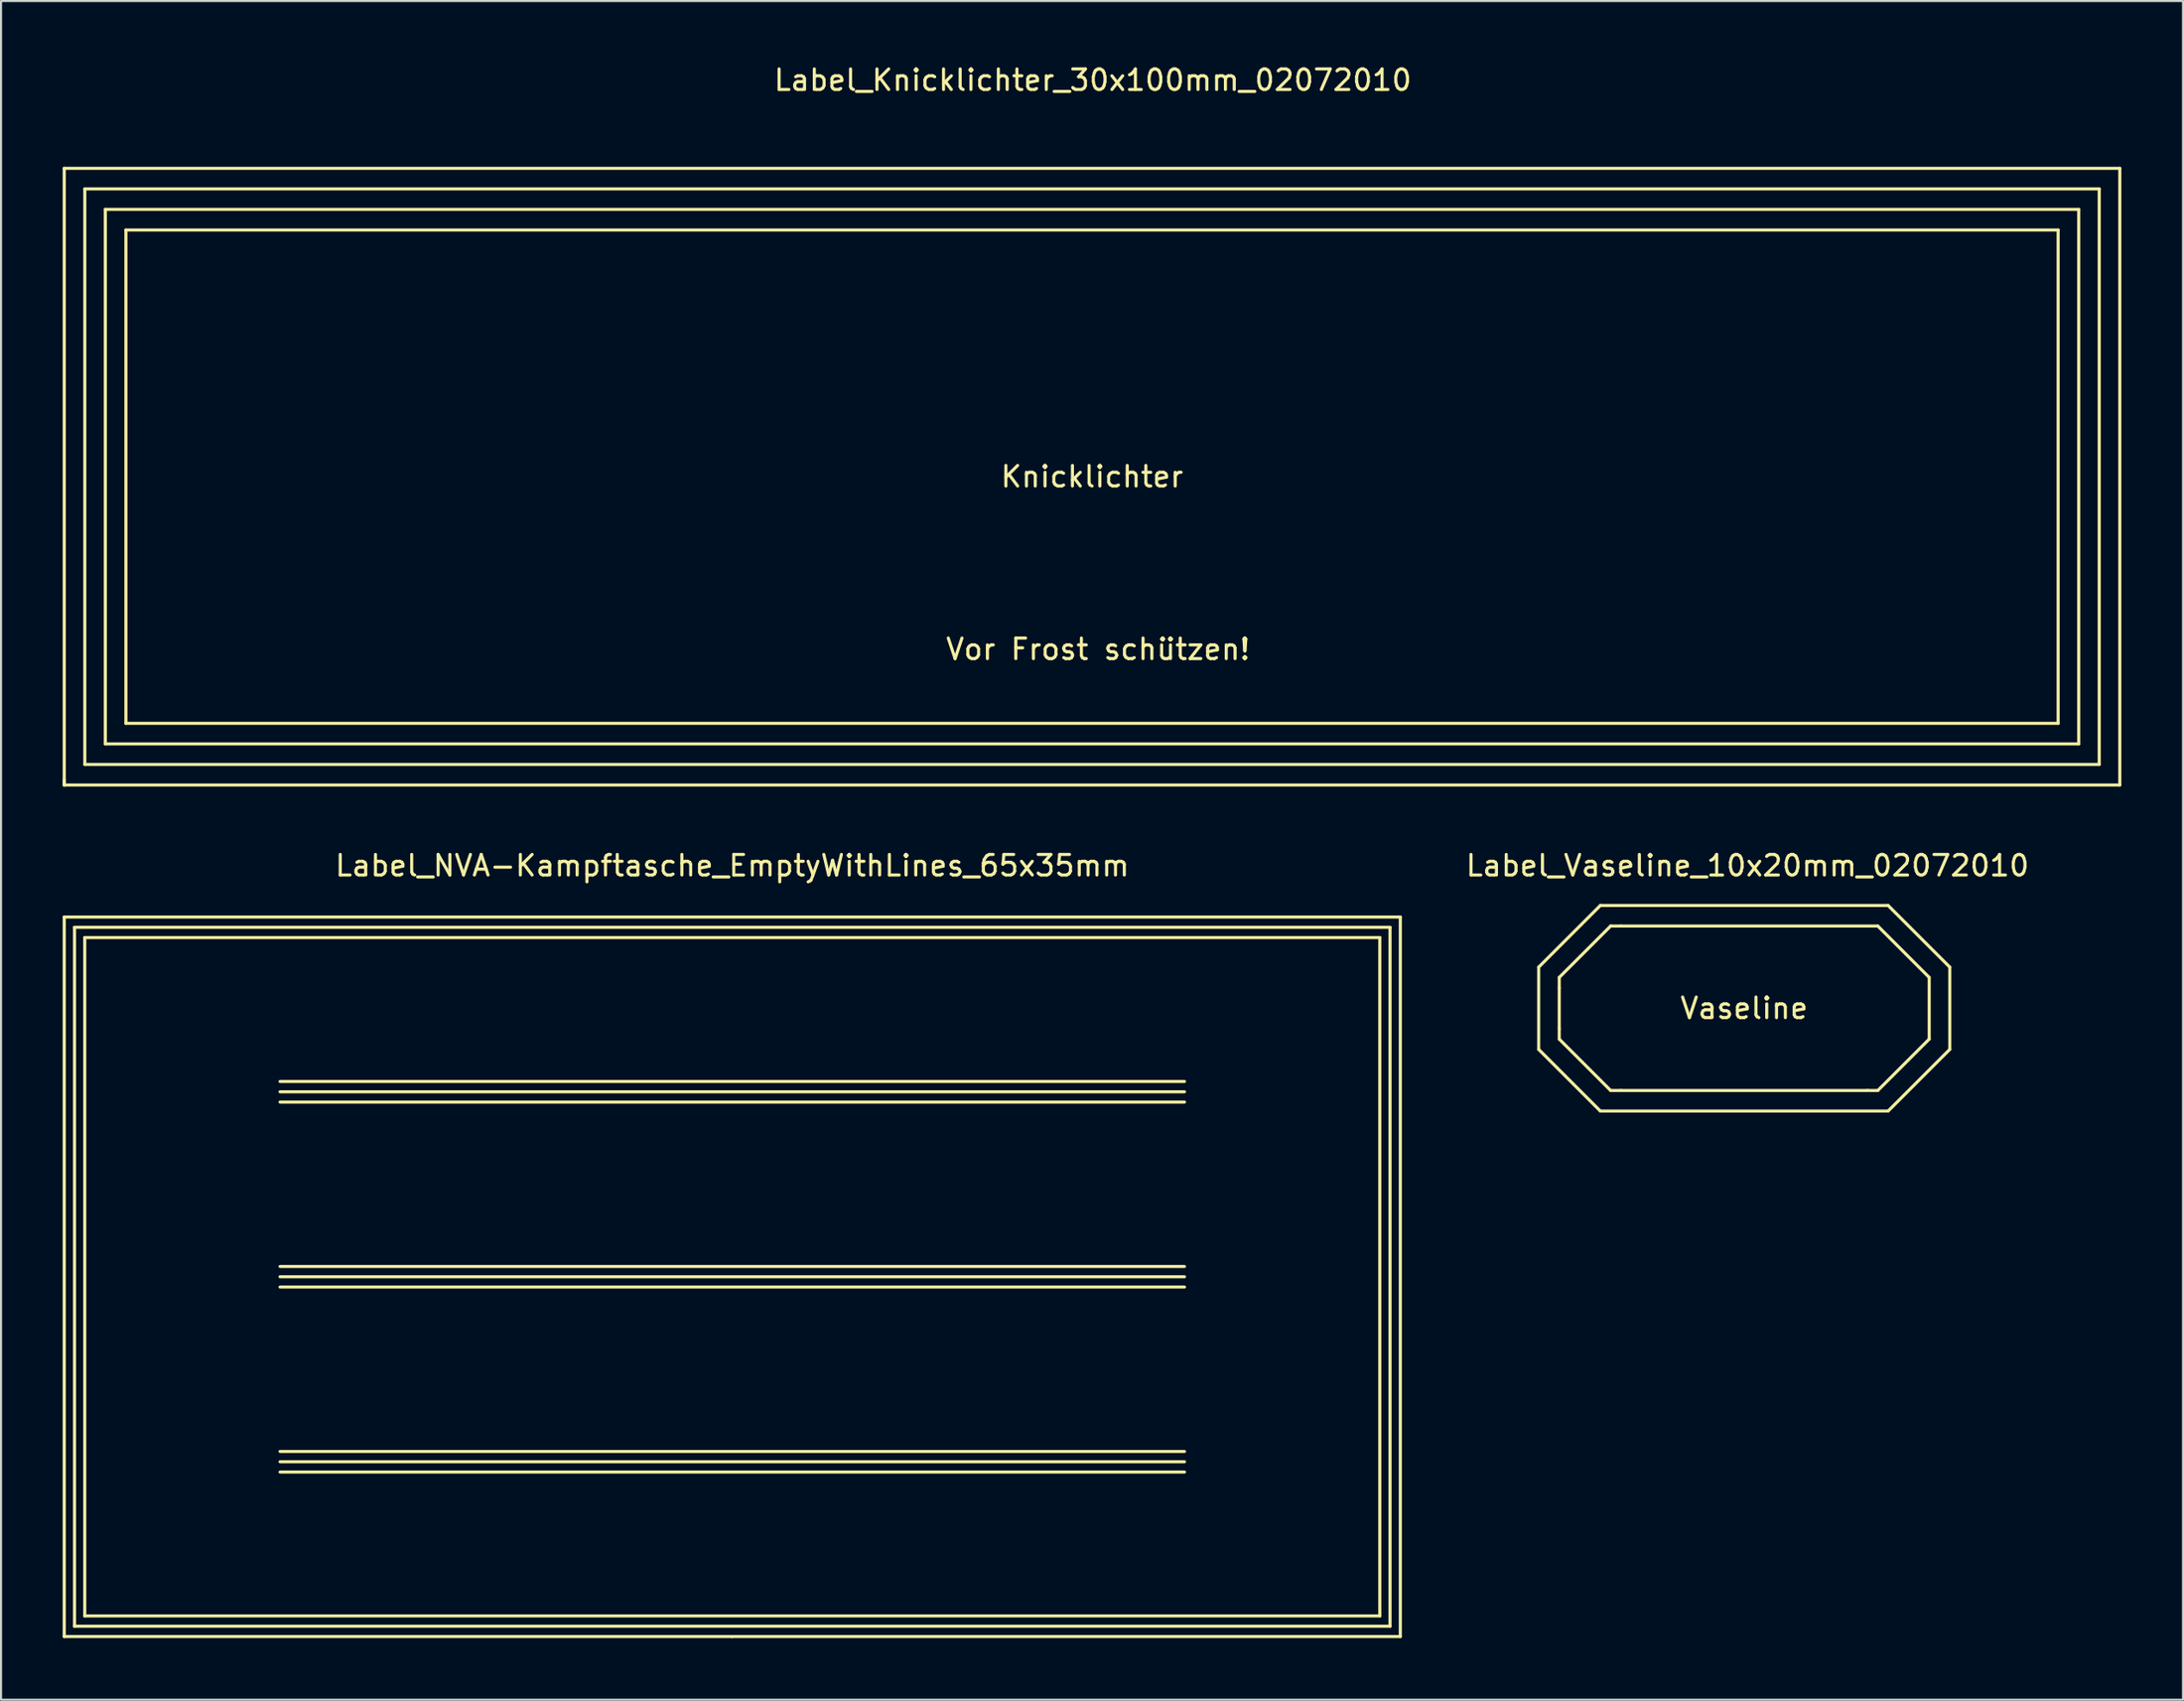
<source format=kicad_pcb>
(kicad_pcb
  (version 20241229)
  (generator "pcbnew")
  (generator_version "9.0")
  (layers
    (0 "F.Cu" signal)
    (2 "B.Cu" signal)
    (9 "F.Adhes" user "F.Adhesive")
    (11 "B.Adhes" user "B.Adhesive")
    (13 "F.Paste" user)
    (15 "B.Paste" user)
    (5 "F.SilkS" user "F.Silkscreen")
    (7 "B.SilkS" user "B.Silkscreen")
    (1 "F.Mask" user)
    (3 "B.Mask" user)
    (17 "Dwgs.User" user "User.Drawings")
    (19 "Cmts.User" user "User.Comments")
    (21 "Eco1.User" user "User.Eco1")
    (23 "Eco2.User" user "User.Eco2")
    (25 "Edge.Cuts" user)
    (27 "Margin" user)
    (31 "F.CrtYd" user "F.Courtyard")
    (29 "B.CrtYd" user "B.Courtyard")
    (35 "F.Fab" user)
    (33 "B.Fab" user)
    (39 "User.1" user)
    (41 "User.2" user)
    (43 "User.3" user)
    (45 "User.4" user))
  (footprint "Label_Knicklichter_30x100mm_02072010"
    (layer "F.Cu")
    (at 50.113 20.152)
    (property "Reference" "Label_Knicklichter_30x100mm_02072010" (at 0 -19.304 0) (layer "F.SilkS") (effects (font (size 1 1) (thickness 0.15))))
    (attr through_hole)
    (fp_line (start -50.038 -15.014) (end -50.038 14.986) (stroke (width 0.15) (type solid)) (layer "F.SilkS"))
    (fp_line (start -50.038 14.986) (end -50.038 14.737) (stroke (width 0.15) (type solid)) (layer "F.SilkS"))
    (fp_line (start -50.038 14.986) (end 49.962 14.986) (stroke (width 0.15) (type solid)) (layer "F.SilkS"))
    (fp_line (start -49.037 -14.013) (end -49.037 13.985) (stroke (width 0.15) (type solid)) (layer "F.SilkS"))
    (fp_line (start -49.037 13.985) (end 48.961 13.985) (stroke (width 0.15) (type solid)) (layer "F.SilkS"))
    (fp_line (start -48.039 -13.015) (end -48.039 12.987) (stroke (width 0.15) (type solid)) (layer "F.SilkS"))
    (fp_line (start -48.039 12.987) (end 47.963 12.987) (stroke (width 0.15) (type solid)) (layer "F.SilkS"))
    (fp_line (start -47.038 -12.014) (end -47.038 11.986) (stroke (width 0.15) (type solid)) (layer "F.SilkS"))
    (fp_line (start -47.038 11.986) (end 46.962 11.986) (stroke (width 0.15) (type solid)) (layer "F.SilkS"))
    (fp_line (start 46.962 -12.014) (end -47.038 -12.014) (stroke (width 0.15) (type solid)) (layer "F.SilkS"))
    (fp_line (start 46.962 11.986) (end 46.962 -12.014) (stroke (width 0.15) (type solid)) (layer "F.SilkS"))
    (fp_line (start 47.963 -13.015) (end -48.039 -13.015) (stroke (width 0.15) (type solid)) (layer "F.SilkS"))
    (fp_line (start 47.963 12.987) (end 47.963 -13.015) (stroke (width 0.15) (type solid)) (layer "F.SilkS"))
    (fp_line (start 48.961 -14.013) (end -49.037 -14.013) (stroke (width 0.15) (type solid)) (layer "F.SilkS"))
    (fp_line (start 48.961 13.985) (end 48.961 -14.013) (stroke (width 0.15) (type solid)) (layer "F.SilkS"))
    (fp_line (start 49.962 -15.014) (end -50.038 -15.014) (stroke (width 0.15) (type solid)) (layer "F.SilkS"))
    (fp_line (start 49.962 14.986) (end 49.962 -15.014) (stroke (width 0.15) (type solid)) (layer "F.SilkS"))
    (fp_text user "Knicklichter" (at -0.038 -0.015 0) (layer "F.SilkS") (effects (font (size 1 1) (thickness 0.15))))
    (fp_text user "" (at -0.038 7.986 0) (layer "F.SilkS") (effects (font (size 1 1) (thickness 0.15))))
    (fp_text user "Vor Frost schützen!" (at 0.254 8.382 0) (layer "F.SilkS") (effects (font (size 1 1) (thickness 0.15)))))
  (footprint "Label_NVA-Kampftasche_EmptyWithLines_65x35mm"
    (layer "F.Cu")
    (at 32.574 59.061)
    (property "Reference" "Label_NVA-Kampftasche_EmptyWithLines_65x35mm" (at 0 -20 0) (layer "F.SilkS") (effects (font (size 1 1) (thickness 0.15))))
    (attr through_hole)
    (fp_line (start -32.499 -17.501) (end -32.499 17.501) (stroke (width 0.15) (type solid)) (layer "F.SilkS"))
    (fp_line (start -32.499 17.501) (end 0 17.501) (stroke (width 0.15) (type solid)) (layer "F.SilkS"))
    (fp_line (start -31.999 -17) (end 31.999 -17) (stroke (width 0.15) (type solid)) (layer "F.SilkS"))
    (fp_line (start -31.999 17) (end -31.999 -17) (stroke (width 0.15) (type solid)) (layer "F.SilkS"))
    (fp_line (start -31.501 -16.5) (end 31.501 -16.5) (stroke (width 0.15) (type solid)) (layer "F.SilkS"))
    (fp_line (start -31.501 16.5) (end -31.501 -16.5) (stroke (width 0.15) (type solid)) (layer "F.SilkS"))
    (fp_line (start -21.999 -8.999) (end 21.999 -8.999) (stroke (width 0.15) (type solid)) (layer "F.SilkS"))
    (fp_line (start -21.999 -8.499) (end 21.999 -8.499) (stroke (width 0.15) (type solid)) (layer "F.SilkS"))
    (fp_line (start -21.999 -0.5) (end 21.999 -0.5) (stroke (width 0.15) (type solid)) (layer "F.SilkS"))
    (fp_line (start -21.999 0) (end 21.999 0) (stroke (width 0.15) (type solid)) (layer "F.SilkS"))
    (fp_line (start -21.999 0.5) (end 21.999 0.5) (stroke (width 0.15) (type solid)) (layer "F.SilkS"))
    (fp_line (start -21.999 8.499) (end 21.999 8.499) (stroke (width 0.15) (type solid)) (layer "F.SilkS"))
    (fp_line (start 0 17.501) (end 32.499 17.501) (stroke (width 0.15) (type solid)) (layer "F.SilkS"))
    (fp_line (start 21.999 -9.5) (end -21.999 -9.5) (stroke (width 0.15) (type solid)) (layer "F.SilkS"))
    (fp_line (start 21.999 8.999) (end -21.999 8.999) (stroke (width 0.15) (type solid)) (layer "F.SilkS"))
    (fp_line (start 21.999 9.5) (end -21.999 9.5) (stroke (width 0.15) (type solid)) (layer "F.SilkS"))
    (fp_line (start 31.501 -16.5) (end 31.501 16.5) (stroke (width 0.15) (type solid)) (layer "F.SilkS"))
    (fp_line (start 31.501 16.5) (end -31.501 16.5) (stroke (width 0.15) (type solid)) (layer "F.SilkS"))
    (fp_line (start 31.999 -17) (end 31.999 17) (stroke (width 0.15) (type solid)) (layer "F.SilkS"))
    (fp_line (start 31.999 17) (end -31.999 17) (stroke (width 0.15) (type solid)) (layer "F.SilkS"))
    (fp_line (start 32.499 -17.501) (end -32.499 -17.501) (stroke (width 0.15) (type solid)) (layer "F.SilkS"))
    (fp_line (start 32.499 17.501) (end 32.499 -17.501) (stroke (width 0.15) (type solid)) (layer "F.SilkS")))
  (footprint "Label_Vaseline_10x20mm_02072010"
    (layer "F.Cu")
    (at 81.964 45.919)
    (property "Reference" "Label_Vaseline_10x20mm_02072010" (at 0 -6.858 0) (layer "F.SilkS") (effects (font (size 1 1) (thickness 0.15))))
    (attr through_hole)
    (fp_line (start -10.16 -1.92) (end -10.16 2.08) (stroke (width 0.15) (type solid)) (layer "F.SilkS"))
    (fp_line (start -10.16 -1.92) (end -7.16 -4.92) (stroke (width 0.15) (type solid)) (layer "F.SilkS"))
    (fp_line (start -10.16 2.08) (end -7.16 5.08) (stroke (width 0.15) (type solid)) (layer "F.SilkS"))
    (fp_line (start -9.159 -1.42) (end -6.66 -3.919) (stroke (width 0.15) (type solid)) (layer "F.SilkS"))
    (fp_line (start -9.159 -0.919) (end -9.159 -1.42) (stroke (width 0.15) (type solid)) (layer "F.SilkS"))
    (fp_line (start -9.159 -0.919) (end -9.159 1.079) (stroke (width 0.15) (type solid)) (layer "F.SilkS"))
    (fp_line (start -9.159 1.079) (end -9.159 1.58) (stroke (width 0.15) (type solid)) (layer "F.SilkS"))
    (fp_line (start -9.159 1.58) (end -6.66 4.079) (stroke (width 0.15) (type solid)) (layer "F.SilkS"))
    (fp_line (start -7.16 -4.92) (end 6.84 -4.92) (stroke (width 0.15) (type solid)) (layer "F.SilkS"))
    (fp_line (start -6.66 -3.919) (end -6.16 -3.919) (stroke (width 0.15) (type solid)) (layer "F.SilkS"))
    (fp_line (start -6.66 4.079) (end -6.16 4.079) (stroke (width 0.15) (type solid)) (layer "F.SilkS"))
    (fp_line (start -6.16 4.079) (end 5.839 4.079) (stroke (width 0.15) (type solid)) (layer "F.SilkS"))
    (fp_line (start 6.34 -3.919) (end -6.16 -3.919) (stroke (width 0.15) (type solid)) (layer "F.SilkS"))
    (fp_line (start 6.34 4.079) (end 5.839 4.079) (stroke (width 0.15) (type solid)) (layer "F.SilkS"))
    (fp_line (start 6.84 5.08) (end -7.16 5.08) (stroke (width 0.15) (type solid)) (layer "F.SilkS"))
    (fp_line (start 6.84 5.08) (end 9.84 2.08) (stroke (width 0.15) (type solid)) (layer "F.SilkS"))
    (fp_line (start 8.839 -1.42) (end 6.34 -3.919) (stroke (width 0.15) (type solid)) (layer "F.SilkS"))
    (fp_line (start 8.839 -1.42) (end 8.839 1.58) (stroke (width 0.15) (type solid)) (layer "F.SilkS"))
    (fp_line (start 8.839 1.58) (end 6.34 4.079) (stroke (width 0.15) (type solid)) (layer "F.SilkS"))
    (fp_line (start 9.84 -1.92) (end 6.84 -4.92) (stroke (width 0.15) (type solid)) (layer "F.SilkS"))
    (fp_line (start 9.84 -1.92) (end 9.84 2.08) (stroke (width 0.15) (type solid)) (layer "F.SilkS"))
    (fp_text user "Vaseline" (at -0.16 0.079 0) (layer "F.SilkS") (effects (font (size 1 1) (thickness 0.15)))))
  (gr_rect
    (start -3 -3)
    (end 103.15 79.637)
    (stroke (width 0.1) (type default))
    (fill no)
    (layer "Edge.Cuts")))
</source>
